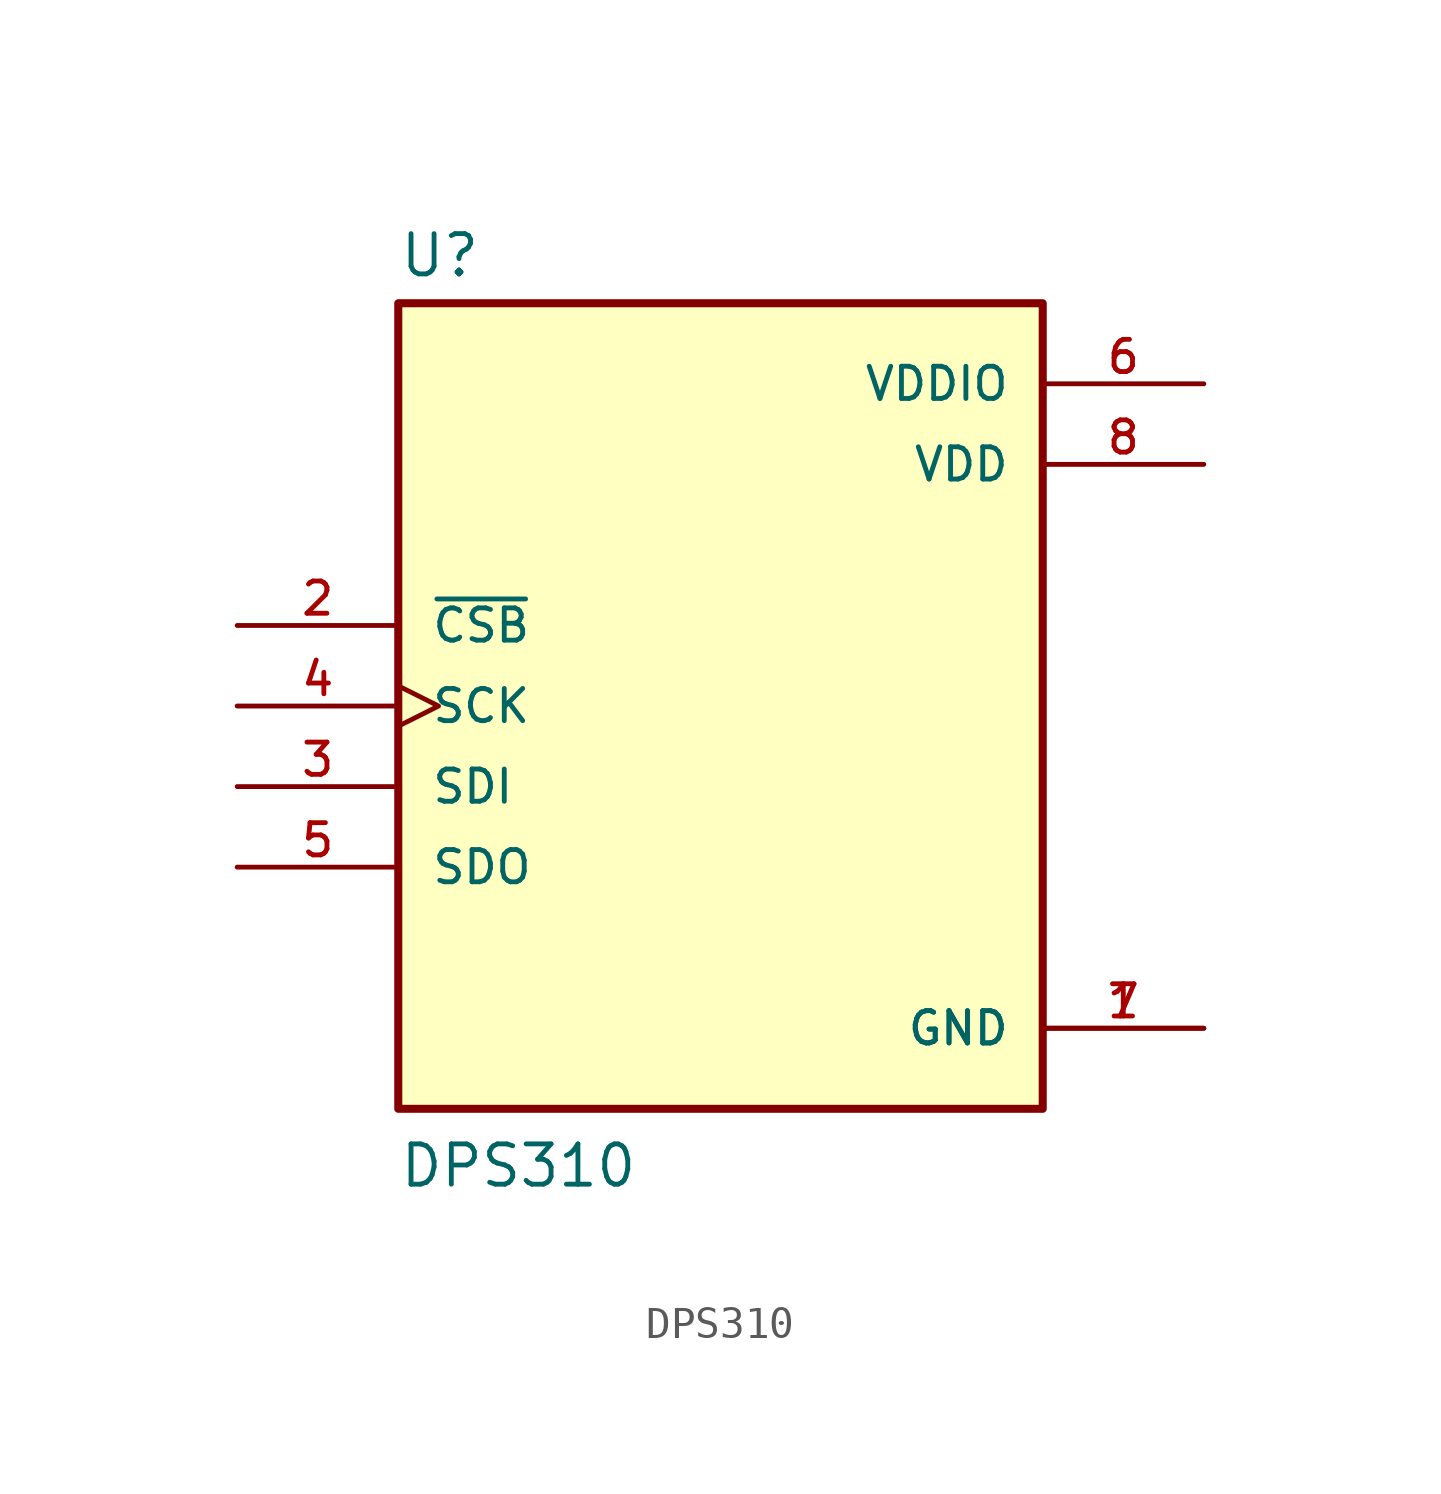
<source format=kicad_sym>
(kicad_symbol_lib
  (version 20211014)
  (generator kicad_symbol_editor)
  (symbol "DPS310"
    (pin_names
      (offset 1.016))
    (property "Reference" "U"
      (at -10.16 13.462 0)
      (effects (font (size 1.27 1.27)) (justify bottom left)))
    (property "Value" "DPS310"
      (at -10.16 -15.24 0)
      (effects (font (size 1.27 1.27)) (justify bottom left)))
    (symbol "DPS310_0_0"
      (rectangle (start -10.16 -12.7) (end 10.16 12.7) (stroke (width 0.254)) (fill (type background)))
      (pin power_in line (at 15.24 7.62 180.0) (length 5.08) (name "VDD" (effects (font (size 1.016 1.016)))) (number "8" (effects (font (size 1.016 1.016)))))
      (pin power_in line (at 15.24 -10.16 180.0) (length 5.08) (name "GND" (effects (font (size 1.016 1.016)))) (number "1" (effects (font (size 1.016 1.016)))))
      (pin power_in line (at 15.24 -10.16 180.0) (length 5.08) (name "GND" (effects (font (size 1.016 1.016)))) (number "7" (effects (font (size 1.016 1.016)))))
      (pin input line (at -15.24 2.54 0) (length 5.08) (name "~{CSB}" (effects (font (size 1.016 1.016)))) (number "2" (effects (font (size 1.016 1.016)))))
      (pin bidirectional line (at -15.24 -2.54 0) (length 5.08) (name "SDI" (effects (font (size 1.016 1.016)))) (number "3" (effects (font (size 1.016 1.016)))))
      (pin input clock (at -15.24 0.0 0) (length 5.08) (name "SCK" (effects (font (size 1.016 1.016)))) (number "4" (effects (font (size 1.016 1.016)))))
      (pin output line (at -15.24 -5.08 0) (length 5.08) (name "SDO" (effects (font (size 1.016 1.016)))) (number "5" (effects (font (size 1.016 1.016)))))
      (pin power_in line (at 15.24 10.16 180.0) (length 5.08) (name "VDDIO" (effects (font (size 1.016 1.016)))) (number "6" (effects (font (size 1.016 1.016))))))))
</source>
